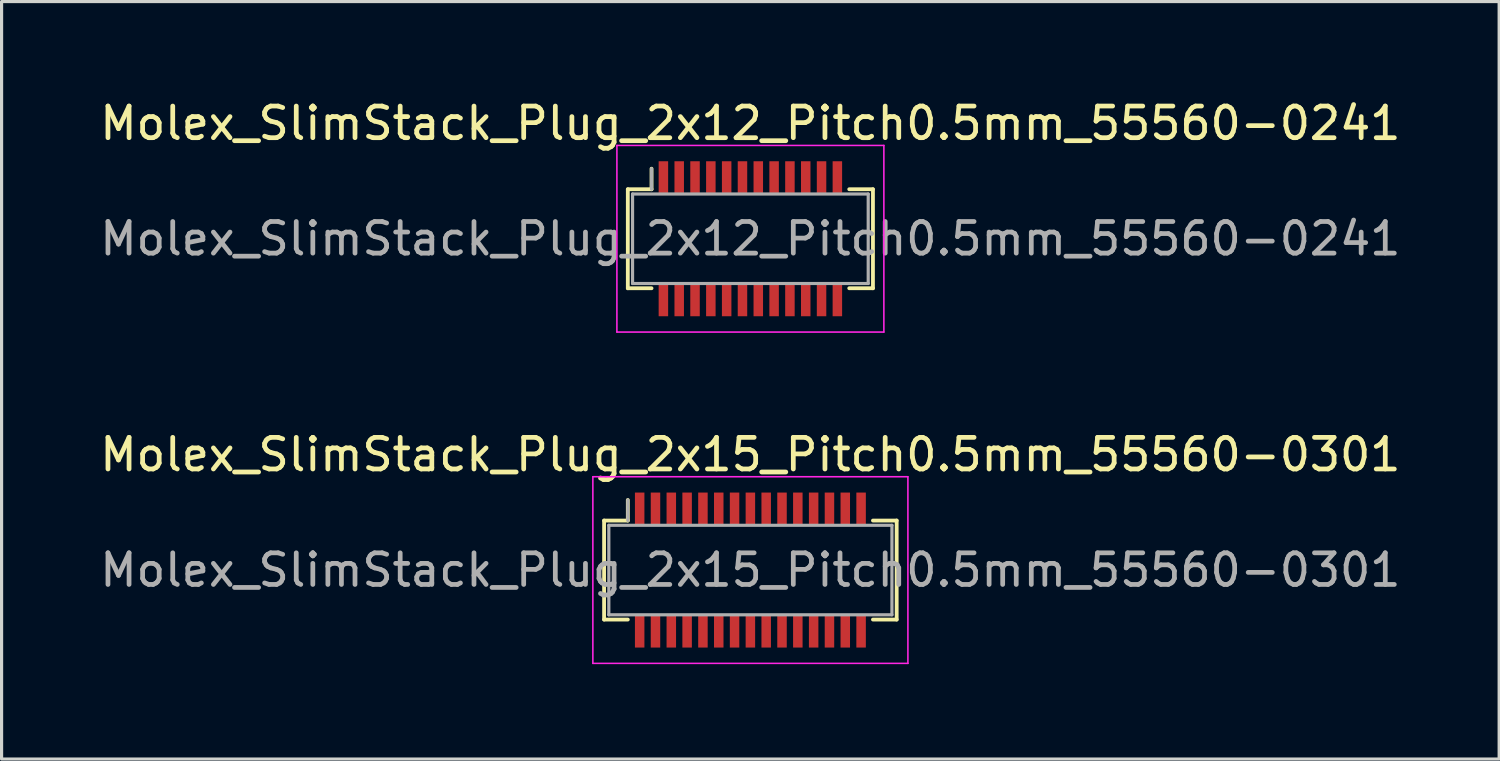
<source format=kicad_pcb>
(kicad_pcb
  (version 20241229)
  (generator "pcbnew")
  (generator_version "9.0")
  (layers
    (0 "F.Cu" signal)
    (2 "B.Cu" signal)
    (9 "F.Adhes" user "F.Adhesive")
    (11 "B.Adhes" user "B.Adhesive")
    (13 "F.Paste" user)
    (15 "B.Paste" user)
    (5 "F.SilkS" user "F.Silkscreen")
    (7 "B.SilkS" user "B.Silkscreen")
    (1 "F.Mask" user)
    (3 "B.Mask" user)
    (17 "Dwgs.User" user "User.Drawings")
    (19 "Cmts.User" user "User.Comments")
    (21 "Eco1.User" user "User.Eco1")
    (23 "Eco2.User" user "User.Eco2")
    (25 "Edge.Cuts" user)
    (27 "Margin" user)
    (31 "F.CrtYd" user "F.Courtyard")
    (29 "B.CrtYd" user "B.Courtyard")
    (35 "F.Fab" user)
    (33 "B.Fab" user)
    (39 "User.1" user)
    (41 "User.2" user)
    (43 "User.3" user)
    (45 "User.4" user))
  (footprint "Molex_SlimStack_Plug_2x15_Pitch0.5mm_55560-0301"
    (layer "F.Cu")
    (at 20.673 14.972)
    (property "Reference" "Molex_SlimStack_Plug_2x15_Pitch0.5mm_55560-0301" (at 0 -3.65 0) (layer "F.SilkS") (effects (font (size 1 1) (thickness 0.15))))
    (attr smd)
    (fp_line (start -4.625 -1.565) (end -3.875 -1.565) (stroke (width 0.12) (type solid)) (layer "F.SilkS"))
    (fp_line (start -4.625 1.565) (end -4.625 -1.565) (stroke (width 0.12) (type solid)) (layer "F.SilkS"))
    (fp_line (start -3.875 -1.565) (end -3.875 -2.215) (stroke (width 0.12) (type solid)) (layer "F.SilkS"))
    (fp_line (start -3.875 1.565) (end -4.625 1.565) (stroke (width 0.12) (type solid)) (layer "F.SilkS"))
    (fp_line (start 3.875 1.565) (end 4.625 1.565) (stroke (width 0.12) (type solid)) (layer "F.SilkS"))
    (fp_line (start 4.625 -1.565) (end 3.875 -1.565) (stroke (width 0.12) (type solid)) (layer "F.SilkS"))
    (fp_line (start 4.625 1.565) (end 4.625 -1.565) (stroke (width 0.12) (type solid)) (layer "F.SilkS"))
    (fp_line (start -4.98 -2.95) (end -4.98 2.95) (stroke (width 0.05) (type solid)) (layer "F.CrtYd"))
    (fp_line (start -4.98 2.95) (end 4.98 2.95) (stroke (width 0.05) (type solid)) (layer "F.CrtYd"))
    (fp_line (start 4.98 -2.95) (end -4.98 -2.95) (stroke (width 0.05) (type solid)) (layer "F.CrtYd"))
    (fp_line (start 4.98 2.95) (end 4.98 -2.95) (stroke (width 0.05) (type solid)) (layer "F.CrtYd"))
    (fp_line (start -4.475 -1.415) (end -4.475 1.415) (stroke (width 0.1) (type solid)) (layer "F.Fab"))
    (fp_line (start -4.475 1.415) (end 4.475 1.415) (stroke (width 0.1) (type solid)) (layer "F.Fab"))
    (fp_line (start -3.875 -1.565) (end -3.875 -2.215) (stroke (width 0.1) (type solid)) (layer "F.Fab"))
    (fp_line (start 4.475 -1.415) (end -4.475 -1.415) (stroke (width 0.1) (type solid)) (layer "F.Fab"))
    (fp_line (start 4.475 1.415) (end 4.475 -1.415) (stroke (width 0.1) (type solid)) (layer "F.Fab"))
    (fp_text user "${REFERENCE}" (at 0 0 0) (layer "F.Fab") (effects (font (size 1 1) (thickness 0.15))))
    (pad "1" smd rect (at -3.5 -1.95) (size 0.3 1) (layers "F.Cu" "F.Mask" "F.Paste"))
    (pad "2" smd rect (at -3.5 1.95) (size 0.3 1) (layers "F.Cu" "F.Mask" "F.Paste"))
    (pad "3" smd rect (at -3 -1.95) (size 0.3 1) (layers "F.Cu" "F.Mask" "F.Paste"))
    (pad "4" smd rect (at -3 1.95) (size 0.3 1) (layers "F.Cu" "F.Mask" "F.Paste"))
    (pad "5" smd rect (at -2.5 -1.95) (size 0.3 1) (layers "F.Cu" "F.Mask" "F.Paste"))
    (pad "6" smd rect (at -2.5 1.95) (size 0.3 1) (layers "F.Cu" "F.Mask" "F.Paste"))
    (pad "7" smd rect (at -2 -1.95) (size 0.3 1) (layers "F.Cu" "F.Mask" "F.Paste"))
    (pad "8" smd rect (at -2 1.95) (size 0.3 1) (layers "F.Cu" "F.Mask" "F.Paste"))
    (pad "9" smd rect (at -1.5 -1.95) (size 0.3 1) (layers "F.Cu" "F.Mask" "F.Paste"))
    (pad "10" smd rect (at -1.5 1.95) (size 0.3 1) (layers "F.Cu" "F.Mask" "F.Paste"))
    (pad "11" smd rect (at -1 -1.95) (size 0.3 1) (layers "F.Cu" "F.Mask" "F.Paste"))
    (pad "12" smd rect (at -1 1.95) (size 0.3 1) (layers "F.Cu" "F.Mask" "F.Paste"))
    (pad "13" smd rect (at -0.5 -1.95) (size 0.3 1) (layers "F.Cu" "F.Mask" "F.Paste"))
    (pad "14" smd rect (at -0.5 1.95) (size 0.3 1) (layers "F.Cu" "F.Mask" "F.Paste"))
    (pad "15" smd rect (at 0 -1.95) (size 0.3 1) (layers "F.Cu" "F.Mask" "F.Paste"))
    (pad "16" smd rect (at 0 1.95) (size 0.3 1) (layers "F.Cu" "F.Mask" "F.Paste"))
    (pad "17" smd rect (at 0.5 -1.95) (size 0.3 1) (layers "F.Cu" "F.Mask" "F.Paste"))
    (pad "18" smd rect (at 0.5 1.95) (size 0.3 1) (layers "F.Cu" "F.Mask" "F.Paste"))
    (pad "19" smd rect (at 1 -1.95) (size 0.3 1) (layers "F.Cu" "F.Mask" "F.Paste"))
    (pad "20" smd rect (at 1 1.95) (size 0.3 1) (layers "F.Cu" "F.Mask" "F.Paste"))
    (pad "21" smd rect (at 1.5 -1.95) (size 0.3 1) (layers "F.Cu" "F.Mask" "F.Paste"))
    (pad "22" smd rect (at 1.5 1.95) (size 0.3 1) (layers "F.Cu" "F.Mask" "F.Paste"))
    (pad "23" smd rect (at 2 -1.95) (size 0.3 1) (layers "F.Cu" "F.Mask" "F.Paste"))
    (pad "24" smd rect (at 2 1.95) (size 0.3 1) (layers "F.Cu" "F.Mask" "F.Paste"))
    (pad "25" smd rect (at 2.5 -1.95) (size 0.3 1) (layers "F.Cu" "F.Mask" "F.Paste"))
    (pad "26" smd rect (at 2.5 1.95) (size 0.3 1) (layers "F.Cu" "F.Mask" "F.Paste"))
    (pad "27" smd rect (at 3 -1.95) (size 0.3 1) (layers "F.Cu" "F.Mask" "F.Paste"))
    (pad "28" smd rect (at 3 1.95) (size 0.3 1) (layers "F.Cu" "F.Mask" "F.Paste"))
    (pad "29" smd rect (at 3.5 -1.95) (size 0.3 1) (layers "F.Cu" "F.Mask" "F.Paste"))
    (pad "30" smd rect (at 3.5 1.95) (size 0.3 1) (layers "F.Cu" "F.Mask" "F.Paste")))
  (footprint "Molex_SlimStack_Plug_2x12_Pitch0.5mm_55560-0241"
    (layer "F.Cu")
    (at 20.673 4.498)
    (property "Reference" "Molex_SlimStack_Plug_2x12_Pitch0.5mm_55560-0241" (at 0 -3.65 0) (layer "F.SilkS") (effects (font (size 1 1) (thickness 0.15))))
    (attr smd)
    (fp_line (start -3.875 -1.565) (end -3.125 -1.565) (stroke (width 0.12) (type solid)) (layer "F.SilkS"))
    (fp_line (start -3.875 1.565) (end -3.875 -1.565) (stroke (width 0.12) (type solid)) (layer "F.SilkS"))
    (fp_line (start -3.125 -1.565) (end -3.125 -2.215) (stroke (width 0.12) (type solid)) (layer "F.SilkS"))
    (fp_line (start -3.125 1.565) (end -3.875 1.565) (stroke (width 0.12) (type solid)) (layer "F.SilkS"))
    (fp_line (start 3.125 1.565) (end 3.875 1.565) (stroke (width 0.12) (type solid)) (layer "F.SilkS"))
    (fp_line (start 3.875 -1.565) (end 3.125 -1.565) (stroke (width 0.12) (type solid)) (layer "F.SilkS"))
    (fp_line (start 3.875 1.565) (end 3.875 -1.565) (stroke (width 0.12) (type solid)) (layer "F.SilkS"))
    (fp_line (start -4.22 -2.95) (end -4.22 2.95) (stroke (width 0.05) (type solid)) (layer "F.CrtYd"))
    (fp_line (start -4.22 2.95) (end 4.22 2.95) (stroke (width 0.05) (type solid)) (layer "F.CrtYd"))
    (fp_line (start 4.22 -2.95) (end -4.22 -2.95) (stroke (width 0.05) (type solid)) (layer "F.CrtYd"))
    (fp_line (start 4.22 2.95) (end 4.22 -2.95) (stroke (width 0.05) (type solid)) (layer "F.CrtYd"))
    (fp_line (start -3.725 -1.415) (end -3.725 1.415) (stroke (width 0.1) (type solid)) (layer "F.Fab"))
    (fp_line (start -3.725 1.415) (end 3.725 1.415) (stroke (width 0.1) (type solid)) (layer "F.Fab"))
    (fp_line (start -3.125 -1.565) (end -3.125 -2.215) (stroke (width 0.1) (type solid)) (layer "F.Fab"))
    (fp_line (start 3.725 -1.415) (end -3.725 -1.415) (stroke (width 0.1) (type solid)) (layer "F.Fab"))
    (fp_line (start 3.725 1.415) (end 3.725 -1.415) (stroke (width 0.1) (type solid)) (layer "F.Fab"))
    (fp_text user "${REFERENCE}" (at 0 0 0) (layer "F.Fab") (effects (font (size 1 1) (thickness 0.15))))
    (pad "1" smd rect (at -2.75 -1.95) (size 0.3 1) (layers "F.Cu" "F.Mask" "F.Paste"))
    (pad "2" smd rect (at -2.75 1.95) (size 0.3 1) (layers "F.Cu" "F.Mask" "F.Paste"))
    (pad "3" smd rect (at -2.25 -1.95) (size 0.3 1) (layers "F.Cu" "F.Mask" "F.Paste"))
    (pad "4" smd rect (at -2.25 1.95) (size 0.3 1) (layers "F.Cu" "F.Mask" "F.Paste"))
    (pad "5" smd rect (at -1.75 -1.95) (size 0.3 1) (layers "F.Cu" "F.Mask" "F.Paste"))
    (pad "6" smd rect (at -1.75 1.95) (size 0.3 1) (layers "F.Cu" "F.Mask" "F.Paste"))
    (pad "7" smd rect (at -1.25 -1.95) (size 0.3 1) (layers "F.Cu" "F.Mask" "F.Paste"))
    (pad "8" smd rect (at -1.25 1.95) (size 0.3 1) (layers "F.Cu" "F.Mask" "F.Paste"))
    (pad "9" smd rect (at -0.75 -1.95) (size 0.3 1) (layers "F.Cu" "F.Mask" "F.Paste"))
    (pad "10" smd rect (at -0.75 1.95) (size 0.3 1) (layers "F.Cu" "F.Mask" "F.Paste"))
    (pad "11" smd rect (at -0.25 -1.95) (size 0.3 1) (layers "F.Cu" "F.Mask" "F.Paste"))
    (pad "12" smd rect (at -0.25 1.95) (size 0.3 1) (layers "F.Cu" "F.Mask" "F.Paste"))
    (pad "13" smd rect (at 0.25 -1.95) (size 0.3 1) (layers "F.Cu" "F.Mask" "F.Paste"))
    (pad "14" smd rect (at 0.25 1.95) (size 0.3 1) (layers "F.Cu" "F.Mask" "F.Paste"))
    (pad "15" smd rect (at 0.75 -1.95) (size 0.3 1) (layers "F.Cu" "F.Mask" "F.Paste"))
    (pad "16" smd rect (at 0.75 1.95) (size 0.3 1) (layers "F.Cu" "F.Mask" "F.Paste"))
    (pad "17" smd rect (at 1.25 -1.95) (size 0.3 1) (layers "F.Cu" "F.Mask" "F.Paste"))
    (pad "18" smd rect (at 1.25 1.95) (size 0.3 1) (layers "F.Cu" "F.Mask" "F.Paste"))
    (pad "19" smd rect (at 1.75 -1.95) (size 0.3 1) (layers "F.Cu" "F.Mask" "F.Paste"))
    (pad "20" smd rect (at 1.75 1.95) (size 0.3 1) (layers "F.Cu" "F.Mask" "F.Paste"))
    (pad "21" smd rect (at 2.25 -1.95) (size 0.3 1) (layers "F.Cu" "F.Mask" "F.Paste"))
    (pad "22" smd rect (at 2.25 1.95) (size 0.3 1) (layers "F.Cu" "F.Mask" "F.Paste"))
    (pad "23" smd rect (at 2.75 -1.95) (size 0.3 1) (layers "F.Cu" "F.Mask" "F.Paste"))
    (pad "24" smd rect (at 2.75 1.95) (size 0.3 1) (layers "F.Cu" "F.Mask" "F.Paste")))
  (gr_rect
    (start -3 -3)
    (end 44.345 20.947)
    (stroke (width 0.1) (type default))
    (fill no)
    (layer "Edge.Cuts")))
</source>
